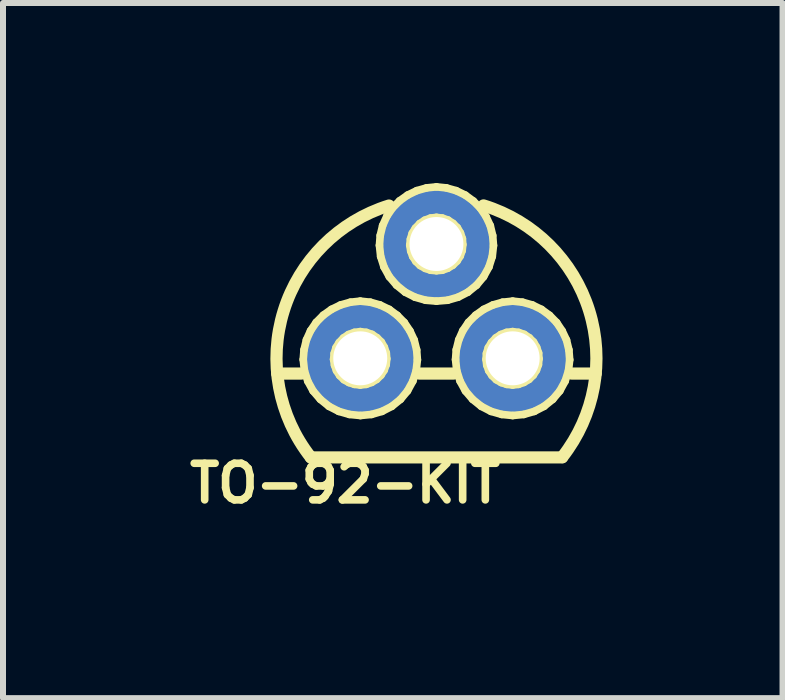
<source format=kicad_pcb>
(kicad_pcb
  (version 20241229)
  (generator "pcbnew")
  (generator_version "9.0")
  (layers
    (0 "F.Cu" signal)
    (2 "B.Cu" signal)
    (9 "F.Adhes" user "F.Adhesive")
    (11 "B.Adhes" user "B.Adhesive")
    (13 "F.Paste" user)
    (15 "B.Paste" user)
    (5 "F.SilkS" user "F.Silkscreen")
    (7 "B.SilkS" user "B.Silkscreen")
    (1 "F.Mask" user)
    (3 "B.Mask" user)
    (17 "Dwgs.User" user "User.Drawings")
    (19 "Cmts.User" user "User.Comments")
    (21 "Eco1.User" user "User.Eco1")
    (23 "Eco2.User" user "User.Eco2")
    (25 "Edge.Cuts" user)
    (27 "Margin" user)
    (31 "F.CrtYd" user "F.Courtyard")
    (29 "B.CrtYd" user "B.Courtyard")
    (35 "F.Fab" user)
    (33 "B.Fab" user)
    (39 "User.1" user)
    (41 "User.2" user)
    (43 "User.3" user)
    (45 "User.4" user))
  (footprint "TO-92-KIT"
    (layer "F.Cu")
    (at 4.223 2.921)
    (property "Reference" "TO-92-KIT" (at -1.524 2.083 180) (layer "F.SilkS") (effects (font (size 0.61 0.61) (thickness 0.127))))
    (attr exclude_from_pos_files exclude_from_bom)
    (fp_line (start -2.654 0.254) (end -2.253 0.254) (stroke (width 0.203) (type solid)) (layer "F.SilkS"))
    (fp_line (start -2.22 0.02) (end -2.207 -0.142) (stroke (width 0.127) (type solid)) (layer "F.SilkS"))
    (fp_line (start -2.207 -0.142) (end -2.167 -0.307) (stroke (width 0.127) (type solid)) (layer "F.SilkS"))
    (fp_line (start -2.2 0.206) (end -2.22 0.02) (stroke (width 0.127) (type solid)) (layer "F.SilkS"))
    (fp_line (start -2.167 -0.307) (end -2.098 -0.46) (stroke (width 0.127) (type solid)) (layer "F.SilkS"))
    (fp_line (start -2.144 0.381) (end -2.2 0.206) (stroke (width 0.127) (type solid)) (layer "F.SilkS"))
    (fp_line (start -2.098 -0.46) (end -2.004 -0.599) (stroke (width 0.127) (type solid)) (layer "F.SilkS"))
    (fp_line (start -2.093 1.651) (end 2.093 1.651) (stroke (width 0.203) (type solid)) (layer "F.SilkS"))
    (fp_line (start -2.055 0.544) (end -2.144 0.381) (stroke (width 0.127) (type solid)) (layer "F.SilkS"))
    (fp_line (start -2.004 -0.599) (end -1.885 -0.719) (stroke (width 0.127) (type solid)) (layer "F.SilkS"))
    (fp_line (start -1.935 0.683) (end -2.055 0.544) (stroke (width 0.127) (type solid)) (layer "F.SilkS"))
    (fp_line (start -1.885 -0.719) (end -1.75 -0.815) (stroke (width 0.127) (type solid)) (layer "F.SilkS"))
    (fp_line (start -1.791 0.8) (end -1.935 0.683) (stroke (width 0.127) (type solid)) (layer "F.SilkS"))
    (fp_line (start -1.75 -0.815) (end -1.598 -0.889) (stroke (width 0.127) (type solid)) (layer "F.SilkS"))
    (fp_line (start -1.714 0.018) (end -1.704 -0.081) (stroke (width 0.127) (type solid)) (layer "F.SilkS"))
    (fp_line (start -1.704 -0.081) (end -1.674 -0.178) (stroke (width 0.127) (type solid)) (layer "F.SilkS"))
    (fp_line (start -1.699 0.114) (end -1.714 0.018) (stroke (width 0.127) (type solid)) (layer "F.SilkS"))
    (fp_line (start -1.674 -0.178) (end -1.621 -0.264) (stroke (width 0.127) (type solid)) (layer "F.SilkS"))
    (fp_line (start -1.666 0.206) (end -1.699 0.114) (stroke (width 0.127) (type solid)) (layer "F.SilkS"))
    (fp_line (start -1.628 0.884) (end -1.791 0.8) (stroke (width 0.127) (type solid)) (layer "F.SilkS"))
    (fp_line (start -1.621 -0.264) (end -1.549 -0.34) (stroke (width 0.127) (type solid)) (layer "F.SilkS"))
    (fp_line (start -1.613 0.287) (end -1.666 0.206) (stroke (width 0.127) (type solid)) (layer "F.SilkS"))
    (fp_line (start -1.598 -0.889) (end -1.435 -0.935) (stroke (width 0.127) (type solid)) (layer "F.SilkS"))
    (fp_line (start -1.549 -0.34) (end -1.466 -0.396) (stroke (width 0.127) (type solid)) (layer "F.SilkS"))
    (fp_line (start -1.542 0.356) (end -1.613 0.287) (stroke (width 0.127) (type solid)) (layer "F.SilkS"))
    (fp_line (start -1.466 -0.396) (end -1.369 -0.432) (stroke (width 0.127) (type solid)) (layer "F.SilkS"))
    (fp_line (start -1.458 0.404) (end -1.542 0.356) (stroke (width 0.127) (type solid)) (layer "F.SilkS"))
    (fp_line (start -1.45 0.935) (end -1.628 0.884) (stroke (width 0.127) (type solid)) (layer "F.SilkS"))
    (fp_line (start -1.435 -0.935) (end -1.27 -0.953) (stroke (width 0.127) (type solid)) (layer "F.SilkS"))
    (fp_line (start -1.369 -0.432) (end -1.27 -0.445) (stroke (width 0.127) (type solid)) (layer "F.SilkS"))
    (fp_line (start -1.367 0.434) (end -1.458 0.404) (stroke (width 0.127) (type solid)) (layer "F.SilkS"))
    (fp_line (start -1.27 -0.953) (end -1.102 -0.935) (stroke (width 0.127) (type solid)) (layer "F.SilkS"))
    (fp_line (start -1.27 -0.445) (end -1.168 -0.432) (stroke (width 0.127) (type solid)) (layer "F.SilkS"))
    (fp_line (start -1.27 0.445) (end -1.367 0.434) (stroke (width 0.127) (type solid)) (layer "F.SilkS"))
    (fp_line (start -1.267 0.953) (end -1.45 0.935) (stroke (width 0.127) (type solid)) (layer "F.SilkS"))
    (fp_line (start -1.171 0.434) (end -1.27 0.445) (stroke (width 0.127) (type solid)) (layer "F.SilkS"))
    (fp_line (start -1.168 -0.432) (end -1.074 -0.399) (stroke (width 0.127) (type solid)) (layer "F.SilkS"))
    (fp_line (start -1.102 -0.935) (end -0.94 -0.889) (stroke (width 0.127) (type solid)) (layer "F.SilkS"))
    (fp_line (start -1.082 0.935) (end -1.267 0.953) (stroke (width 0.127) (type solid)) (layer "F.SilkS"))
    (fp_line (start -1.079 0.401) (end -1.171 0.434) (stroke (width 0.127) (type solid)) (layer "F.SilkS"))
    (fp_line (start -1.074 -0.399) (end -0.991 -0.343) (stroke (width 0.127) (type solid)) (layer "F.SilkS"))
    (fp_line (start -0.996 0.351) (end -1.079 0.401) (stroke (width 0.127) (type solid)) (layer "F.SilkS"))
    (fp_line (start -0.991 -0.343) (end -0.919 -0.272) (stroke (width 0.127) (type solid)) (layer "F.SilkS"))
    (fp_line (start -0.95 -1.882) (end -0.937 -2.047) (stroke (width 0.127) (type solid)) (layer "F.SilkS"))
    (fp_line (start -0.94 -0.889) (end -0.787 -0.815) (stroke (width 0.127) (type solid)) (layer "F.SilkS"))
    (fp_line (start -0.937 -2.047) (end -0.897 -2.212) (stroke (width 0.127) (type solid)) (layer "F.SilkS"))
    (fp_line (start -0.93 -1.697) (end -0.95 -1.882) (stroke (width 0.127) (type solid)) (layer "F.SilkS"))
    (fp_line (start -0.925 0.282) (end -0.996 0.351) (stroke (width 0.127) (type solid)) (layer "F.SilkS"))
    (fp_line (start -0.919 -0.272) (end -0.869 -0.185) (stroke (width 0.127) (type solid)) (layer "F.SilkS"))
    (fp_line (start -0.907 0.884) (end -1.082 0.935) (stroke (width 0.127) (type solid)) (layer "F.SilkS"))
    (fp_line (start -0.897 -2.212) (end -0.828 -2.365) (stroke (width 0.127) (type solid)) (layer "F.SilkS"))
    (fp_line (start -0.874 -1.521) (end -0.93 -1.697) (stroke (width 0.127) (type solid)) (layer "F.SilkS"))
    (fp_line (start -0.871 0.198) (end -0.925 0.282) (stroke (width 0.127) (type solid)) (layer "F.SilkS"))
    (fp_line (start -0.869 -0.185) (end -0.836 -0.089) (stroke (width 0.127) (type solid)) (layer "F.SilkS"))
    (fp_line (start -0.838 0.107) (end -0.871 0.198) (stroke (width 0.127) (type solid)) (layer "F.SilkS"))
    (fp_line (start -0.836 -0.089) (end -0.828 0.008) (stroke (width 0.127) (type solid)) (layer "F.SilkS"))
    (fp_line (start -0.828 -2.365) (end -0.734 -2.504) (stroke (width 0.127) (type solid)) (layer "F.SilkS"))
    (fp_line (start -0.828 0.008) (end -0.838 0.107) (stroke (width 0.127) (type solid)) (layer "F.SilkS"))
    (fp_line (start -0.787 -0.815) (end -0.653 -0.716) (stroke (width 0.127) (type solid)) (layer "F.SilkS"))
    (fp_line (start -0.785 -1.359) (end -0.874 -1.521) (stroke (width 0.127) (type solid)) (layer "F.SilkS"))
    (fp_line (start -0.744 0.8) (end -0.907 0.884) (stroke (width 0.127) (type solid)) (layer "F.SilkS"))
    (fp_line (start -0.734 -2.504) (end -0.615 -2.624) (stroke (width 0.127) (type solid)) (layer "F.SilkS"))
    (fp_line (start -0.665 -1.219) (end -0.785 -1.359) (stroke (width 0.127) (type solid)) (layer "F.SilkS"))
    (fp_line (start -0.653 -0.716) (end -0.536 -0.597) (stroke (width 0.127) (type solid)) (layer "F.SilkS"))
    (fp_line (start -0.615 -2.624) (end -0.48 -2.72) (stroke (width 0.127) (type solid)) (layer "F.SilkS"))
    (fp_line (start -0.599 0.683) (end -0.744 0.8) (stroke (width 0.127) (type solid)) (layer "F.SilkS"))
    (fp_line (start -0.536 -0.597) (end -0.442 -0.457) (stroke (width 0.127) (type solid)) (layer "F.SilkS"))
    (fp_line (start -0.521 -1.102) (end -0.665 -1.219) (stroke (width 0.127) (type solid)) (layer "F.SilkS"))
    (fp_line (start -0.483 0.544) (end -0.599 0.683) (stroke (width 0.127) (type solid)) (layer "F.SilkS"))
    (fp_line (start -0.48 -2.72) (end -0.328 -2.794) (stroke (width 0.127) (type solid)) (layer "F.SilkS"))
    (fp_line (start -0.445 -1.885) (end -0.434 -1.986) (stroke (width 0.127) (type solid)) (layer "F.SilkS"))
    (fp_line (start -0.442 -0.457) (end -0.371 -0.305) (stroke (width 0.127) (type solid)) (layer "F.SilkS"))
    (fp_line (start -0.434 -1.986) (end -0.404 -2.083) (stroke (width 0.127) (type solid)) (layer "F.SilkS"))
    (fp_line (start -0.429 -1.788) (end -0.445 -1.885) (stroke (width 0.127) (type solid)) (layer "F.SilkS"))
    (fp_line (start -0.404 -2.083) (end -0.351 -2.169) (stroke (width 0.127) (type solid)) (layer "F.SilkS"))
    (fp_line (start -0.396 -1.697) (end -0.429 -1.788) (stroke (width 0.127) (type solid)) (layer "F.SilkS"))
    (fp_line (start -0.394 0.381) (end -0.483 0.544) (stroke (width 0.127) (type solid)) (layer "F.SilkS"))
    (fp_line (start -0.371 -0.305) (end -0.33 -0.14) (stroke (width 0.127) (type solid)) (layer "F.SilkS"))
    (fp_line (start -0.358 -1.019) (end -0.521 -1.102) (stroke (width 0.127) (type solid)) (layer "F.SilkS"))
    (fp_line (start -0.351 -2.169) (end -0.279 -2.245) (stroke (width 0.127) (type solid)) (layer "F.SilkS"))
    (fp_line (start -0.343 -1.615) (end -0.396 -1.697) (stroke (width 0.127) (type solid)) (layer "F.SilkS"))
    (fp_line (start -0.338 0.206) (end -0.394 0.381) (stroke (width 0.127) (type solid)) (layer "F.SilkS"))
    (fp_line (start -0.33 -0.14) (end -0.318 0.025) (stroke (width 0.127) (type solid)) (layer "F.SilkS"))
    (fp_line (start -0.328 -2.794) (end -0.165 -2.84) (stroke (width 0.127) (type solid)) (layer "F.SilkS"))
    (fp_line (start -0.318 0.025) (end -0.338 0.206) (stroke (width 0.127) (type solid)) (layer "F.SilkS"))
    (fp_line (start -0.284 0.254) (end 0.284 0.254) (stroke (width 0.203) (type solid)) (layer "F.SilkS"))
    (fp_line (start -0.279 -2.245) (end -0.196 -2.301) (stroke (width 0.127) (type solid)) (layer "F.SilkS"))
    (fp_line (start -0.272 -1.547) (end -0.343 -1.615) (stroke (width 0.127) (type solid)) (layer "F.SilkS"))
    (fp_line (start -0.196 -2.301) (end -0.099 -2.337) (stroke (width 0.127) (type solid)) (layer "F.SilkS"))
    (fp_line (start -0.188 -1.499) (end -0.272 -1.547) (stroke (width 0.127) (type solid)) (layer "F.SilkS"))
    (fp_line (start -0.18 -0.968) (end -0.358 -1.019) (stroke (width 0.127) (type solid)) (layer "F.SilkS"))
    (fp_line (start -0.165 -2.84) (end 0 -2.857) (stroke (width 0.127) (type solid)) (layer "F.SilkS"))
    (fp_line (start -0.099 -2.337) (end 0 -2.349) (stroke (width 0.127) (type solid)) (layer "F.SilkS"))
    (fp_line (start -0.097 -1.468) (end -0.188 -1.499) (stroke (width 0.127) (type solid)) (layer "F.SilkS"))
    (fp_line (start 0 -2.857) (end 0.165 -2.84) (stroke (width 0.127) (type solid)) (layer "F.SilkS"))
    (fp_line (start 0 -2.349) (end 0.099 -2.337) (stroke (width 0.127) (type solid)) (layer "F.SilkS"))
    (fp_line (start 0 -1.46) (end -0.097 -1.468) (stroke (width 0.127) (type solid)) (layer "F.SilkS"))
    (fp_line (start 0 -0.953) (end -0.18 -0.968) (stroke (width 0.127) (type solid)) (layer "F.SilkS"))
    (fp_line (start 0.097 -1.468) (end 0 -1.46) (stroke (width 0.127) (type solid)) (layer "F.SilkS"))
    (fp_line (start 0.099 -2.337) (end 0.193 -2.304) (stroke (width 0.127) (type solid)) (layer "F.SilkS"))
    (fp_line (start 0.165 -2.84) (end 0.328 -2.794) (stroke (width 0.127) (type solid)) (layer "F.SilkS"))
    (fp_line (start 0.185 -0.968) (end 0 -0.953) (stroke (width 0.127) (type solid)) (layer "F.SilkS"))
    (fp_line (start 0.188 -1.501) (end 0.097 -1.468) (stroke (width 0.127) (type solid)) (layer "F.SilkS"))
    (fp_line (start 0.193 -2.304) (end 0.277 -2.248) (stroke (width 0.127) (type solid)) (layer "F.SilkS"))
    (fp_line (start 0.272 -1.552) (end 0.188 -1.501) (stroke (width 0.127) (type solid)) (layer "F.SilkS"))
    (fp_line (start 0.277 -2.248) (end 0.348 -2.177) (stroke (width 0.127) (type solid)) (layer "F.SilkS"))
    (fp_line (start 0.318 0.02) (end 0.33 -0.142) (stroke (width 0.127) (type solid)) (layer "F.SilkS"))
    (fp_line (start 0.328 -2.794) (end 0.48 -2.72) (stroke (width 0.127) (type solid)) (layer "F.SilkS"))
    (fp_line (start 0.33 -0.142) (end 0.371 -0.307) (stroke (width 0.127) (type solid)) (layer "F.SilkS"))
    (fp_line (start 0.338 0.206) (end 0.318 0.02) (stroke (width 0.127) (type solid)) (layer "F.SilkS"))
    (fp_line (start 0.343 -1.621) (end 0.272 -1.552) (stroke (width 0.127) (type solid)) (layer "F.SilkS"))
    (fp_line (start 0.348 -2.177) (end 0.399 -2.09) (stroke (width 0.127) (type solid)) (layer "F.SilkS"))
    (fp_line (start 0.361 -1.019) (end 0.185 -0.968) (stroke (width 0.127) (type solid)) (layer "F.SilkS"))
    (fp_line (start 0.371 -0.307) (end 0.439 -0.46) (stroke (width 0.127) (type solid)) (layer "F.SilkS"))
    (fp_line (start 0.394 0.381) (end 0.338 0.206) (stroke (width 0.127) (type solid)) (layer "F.SilkS"))
    (fp_line (start 0.396 -1.704) (end 0.343 -1.621) (stroke (width 0.127) (type solid)) (layer "F.SilkS"))
    (fp_line (start 0.399 -2.09) (end 0.432 -1.994) (stroke (width 0.127) (type solid)) (layer "F.SilkS"))
    (fp_line (start 0.429 -1.796) (end 0.396 -1.704) (stroke (width 0.127) (type solid)) (layer "F.SilkS"))
    (fp_line (start 0.432 -1.994) (end 0.439 -1.895) (stroke (width 0.127) (type solid)) (layer "F.SilkS"))
    (fp_line (start 0.439 -1.895) (end 0.429 -1.796) (stroke (width 0.127) (type solid)) (layer "F.SilkS"))
    (fp_line (start 0.439 -0.46) (end 0.533 -0.599) (stroke (width 0.127) (type solid)) (layer "F.SilkS"))
    (fp_line (start 0.48 -2.72) (end 0.615 -2.621) (stroke (width 0.127) (type solid)) (layer "F.SilkS"))
    (fp_line (start 0.483 0.544) (end 0.394 0.381) (stroke (width 0.127) (type solid)) (layer "F.SilkS"))
    (fp_line (start 0.523 -1.102) (end 0.361 -1.019) (stroke (width 0.127) (type solid)) (layer "F.SilkS"))
    (fp_line (start 0.533 -0.599) (end 0.653 -0.719) (stroke (width 0.127) (type solid)) (layer "F.SilkS"))
    (fp_line (start 0.602 0.683) (end 0.483 0.544) (stroke (width 0.127) (type solid)) (layer "F.SilkS"))
    (fp_line (start 0.615 -2.621) (end 0.732 -2.502) (stroke (width 0.127) (type solid)) (layer "F.SilkS"))
    (fp_line (start 0.653 -0.719) (end 0.787 -0.815) (stroke (width 0.127) (type solid)) (layer "F.SilkS"))
    (fp_line (start 0.668 -1.219) (end 0.523 -1.102) (stroke (width 0.127) (type solid)) (layer "F.SilkS"))
    (fp_line (start 0.732 -2.502) (end 0.826 -2.362) (stroke (width 0.127) (type solid)) (layer "F.SilkS"))
    (fp_line (start 0.747 0.8) (end 0.602 0.683) (stroke (width 0.127) (type solid)) (layer "F.SilkS"))
    (fp_line (start 0.785 -1.359) (end 0.668 -1.219) (stroke (width 0.127) (type solid)) (layer "F.SilkS"))
    (fp_line (start 0.787 -0.815) (end 0.94 -0.889) (stroke (width 0.127) (type solid)) (layer "F.SilkS"))
    (fp_line (start 0.826 -2.362) (end 0.897 -2.21) (stroke (width 0.127) (type solid)) (layer "F.SilkS"))
    (fp_line (start 0.826 0.018) (end 0.833 -0.081) (stroke (width 0.127) (type solid)) (layer "F.SilkS"))
    (fp_line (start 0.833 -0.081) (end 0.864 -0.178) (stroke (width 0.127) (type solid)) (layer "F.SilkS"))
    (fp_line (start 0.838 0.114) (end 0.826 0.018) (stroke (width 0.127) (type solid)) (layer "F.SilkS"))
    (fp_line (start 0.864 -0.178) (end 0.917 -0.264) (stroke (width 0.127) (type solid)) (layer "F.SilkS"))
    (fp_line (start 0.871 0.206) (end 0.838 0.114) (stroke (width 0.127) (type solid)) (layer "F.SilkS"))
    (fp_line (start 0.874 -1.521) (end 0.785 -1.359) (stroke (width 0.127) (type solid)) (layer "F.SilkS"))
    (fp_line (start 0.897 -2.21) (end 0.937 -2.045) (stroke (width 0.127) (type solid)) (layer "F.SilkS"))
    (fp_line (start 0.909 0.884) (end 0.747 0.8) (stroke (width 0.127) (type solid)) (layer "F.SilkS"))
    (fp_line (start 0.917 -0.264) (end 0.988 -0.34) (stroke (width 0.127) (type solid)) (layer "F.SilkS"))
    (fp_line (start 0.925 0.287) (end 0.871 0.206) (stroke (width 0.127) (type solid)) (layer "F.SilkS"))
    (fp_line (start 0.93 -1.697) (end 0.874 -1.521) (stroke (width 0.127) (type solid)) (layer "F.SilkS"))
    (fp_line (start 0.937 -2.045) (end 0.95 -1.88) (stroke (width 0.127) (type solid)) (layer "F.SilkS"))
    (fp_line (start 0.94 -0.889) (end 1.102 -0.935) (stroke (width 0.127) (type solid)) (layer "F.SilkS"))
    (fp_line (start 0.95 -1.88) (end 0.93 -1.697) (stroke (width 0.127) (type solid)) (layer "F.SilkS"))
    (fp_line (start 0.988 -0.34) (end 1.072 -0.396) (stroke (width 0.127) (type solid)) (layer "F.SilkS"))
    (fp_line (start 0.996 0.356) (end 0.925 0.287) (stroke (width 0.127) (type solid)) (layer "F.SilkS"))
    (fp_line (start 1.072 -0.396) (end 1.168 -0.432) (stroke (width 0.127) (type solid)) (layer "F.SilkS"))
    (fp_line (start 1.079 0.404) (end 0.996 0.356) (stroke (width 0.127) (type solid)) (layer "F.SilkS"))
    (fp_line (start 1.087 0.935) (end 0.909 0.884) (stroke (width 0.127) (type solid)) (layer "F.SilkS"))
    (fp_line (start 1.102 -0.935) (end 1.27 -0.953) (stroke (width 0.127) (type solid)) (layer "F.SilkS"))
    (fp_line (start 1.168 -0.432) (end 1.27 -0.445) (stroke (width 0.127) (type solid)) (layer "F.SilkS"))
    (fp_line (start 1.171 0.434) (end 1.079 0.404) (stroke (width 0.127) (type solid)) (layer "F.SilkS"))
    (fp_line (start 1.27 -0.953) (end 1.435 -0.935) (stroke (width 0.127) (type solid)) (layer "F.SilkS"))
    (fp_line (start 1.27 -0.445) (end 1.369 -0.432) (stroke (width 0.127) (type solid)) (layer "F.SilkS"))
    (fp_line (start 1.27 0.445) (end 1.171 0.434) (stroke (width 0.127) (type solid)) (layer "F.SilkS"))
    (fp_line (start 1.27 0.953) (end 1.087 0.935) (stroke (width 0.127) (type solid)) (layer "F.SilkS"))
    (fp_line (start 1.367 0.434) (end 1.27 0.445) (stroke (width 0.127) (type solid)) (layer "F.SilkS"))
    (fp_line (start 1.369 -0.432) (end 1.463 -0.399) (stroke (width 0.127) (type solid)) (layer "F.SilkS"))
    (fp_line (start 1.435 -0.935) (end 1.598 -0.889) (stroke (width 0.127) (type solid)) (layer "F.SilkS"))
    (fp_line (start 1.455 0.935) (end 1.27 0.953) (stroke (width 0.127) (type solid)) (layer "F.SilkS"))
    (fp_line (start 1.458 0.401) (end 1.367 0.434) (stroke (width 0.127) (type solid)) (layer "F.SilkS"))
    (fp_line (start 1.463 -0.399) (end 1.547 -0.343) (stroke (width 0.127) (type solid)) (layer "F.SilkS"))
    (fp_line (start 1.542 0.351) (end 1.458 0.401) (stroke (width 0.127) (type solid)) (layer "F.SilkS"))
    (fp_line (start 1.547 -0.343) (end 1.618 -0.272) (stroke (width 0.127) (type solid)) (layer "F.SilkS"))
    (fp_line (start 1.598 -0.889) (end 1.75 -0.815) (stroke (width 0.127) (type solid)) (layer "F.SilkS"))
    (fp_line (start 1.613 0.282) (end 1.542 0.351) (stroke (width 0.127) (type solid)) (layer "F.SilkS"))
    (fp_line (start 1.618 -0.272) (end 1.669 -0.185) (stroke (width 0.127) (type solid)) (layer "F.SilkS"))
    (fp_line (start 1.631 0.884) (end 1.455 0.935) (stroke (width 0.127) (type solid)) (layer "F.SilkS"))
    (fp_line (start 1.666 0.198) (end 1.613 0.282) (stroke (width 0.127) (type solid)) (layer "F.SilkS"))
    (fp_line (start 1.669 -0.185) (end 1.702 -0.089) (stroke (width 0.127) (type solid)) (layer "F.SilkS"))
    (fp_line (start 1.699 0.107) (end 1.666 0.198) (stroke (width 0.127) (type solid)) (layer "F.SilkS"))
    (fp_line (start 1.702 -0.089) (end 1.709 0.008) (stroke (width 0.127) (type solid)) (layer "F.SilkS"))
    (fp_line (start 1.709 0.008) (end 1.699 0.107) (stroke (width 0.127) (type solid)) (layer "F.SilkS"))
    (fp_line (start 1.75 -0.815) (end 1.885 -0.716) (stroke (width 0.127) (type solid)) (layer "F.SilkS"))
    (fp_line (start 1.793 0.8) (end 1.631 0.884) (stroke (width 0.127) (type solid)) (layer "F.SilkS"))
    (fp_line (start 1.885 -0.716) (end 2.002 -0.597) (stroke (width 0.127) (type solid)) (layer "F.SilkS"))
    (fp_line (start 1.938 0.683) (end 1.793 0.8) (stroke (width 0.127) (type solid)) (layer "F.SilkS"))
    (fp_line (start 2.002 -0.597) (end 2.095 -0.457) (stroke (width 0.127) (type solid)) (layer "F.SilkS"))
    (fp_line (start 2.055 0.544) (end 1.938 0.683) (stroke (width 0.127) (type solid)) (layer "F.SilkS"))
    (fp_line (start 2.095 -0.457) (end 2.167 -0.305) (stroke (width 0.127) (type solid)) (layer "F.SilkS"))
    (fp_line (start 2.144 0.381) (end 2.055 0.544) (stroke (width 0.127) (type solid)) (layer "F.SilkS"))
    (fp_line (start 2.167 -0.305) (end 2.207 -0.14) (stroke (width 0.127) (type solid)) (layer "F.SilkS"))
    (fp_line (start 2.2 0.206) (end 2.144 0.381) (stroke (width 0.127) (type solid)) (layer "F.SilkS"))
    (fp_line (start 2.207 -0.14) (end 2.22 0.025) (stroke (width 0.127) (type solid)) (layer "F.SilkS"))
    (fp_line (start 2.22 0.025) (end 2.2 0.206) (stroke (width 0.127) (type solid)) (layer "F.SilkS"))
    (fp_line (start 2.253 0.254) (end 2.654 0.254) (stroke (width 0.203) (type solid)) (layer "F.SilkS"))
    (fp_arc (start -2.09296 1.651) (mid -2.546098 -0.789726) (end -0.791292 -2.545612) (stroke (width 0.2032) (type solid)) (layer "F.SilkS"))
    (fp_arc (start 0.78486 -2.54762) (mid 2.54411 -0.796164) (end 2.097139 1.645715) (stroke (width 0.2032) (type solid)) (layer "F.SilkS"))
    (pad "1" thru_hole circle (at -1.27 0) (size 1.88 1.88) (drill 0.899) (layers "*.Cu" "*.Paste" "*.Mask"))
    (pad "2" thru_hole circle (at 0 -1.905) (size 1.88 1.88) (drill 0.899) (layers "*.Cu" "*.Paste" "*.Mask"))
    (pad "3" thru_hole circle (at 1.27 0) (size 1.88 1.88) (drill 0.899) (layers "*.Cu" "*.Paste" "*.Mask")))
  (gr_rect
    (start -3 -3)
    (end 9.99 8.583)
    (stroke (width 0.1) (type default))
    (fill no)
    (layer "Edge.Cuts")))
</source>
